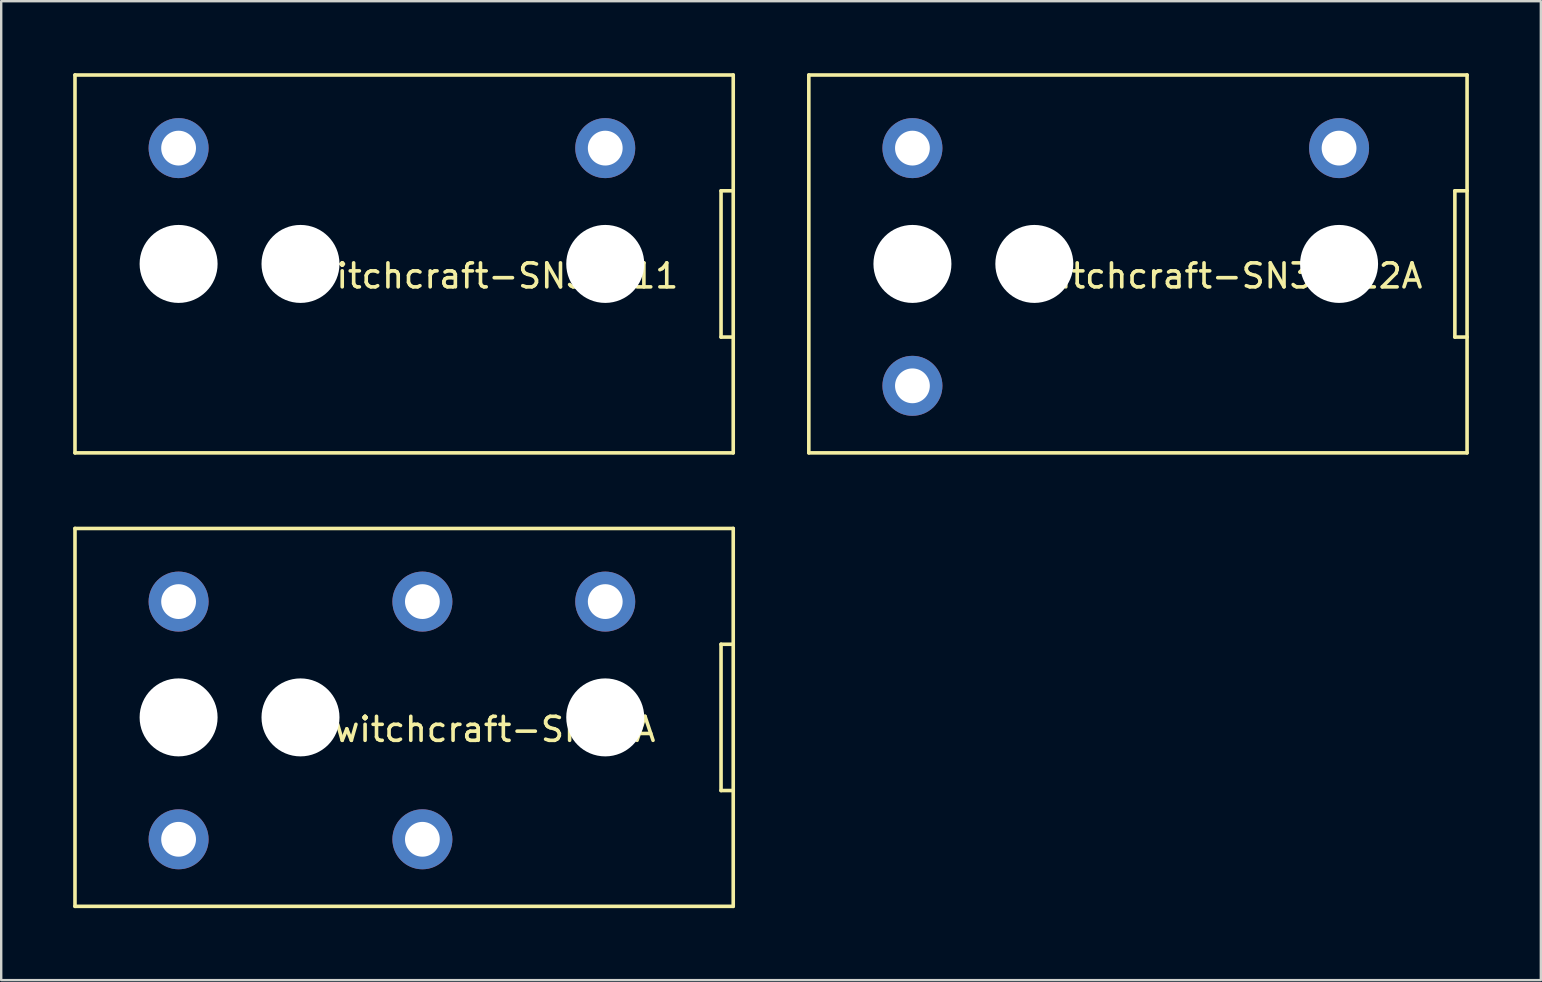
<source format=kicad_pcb>
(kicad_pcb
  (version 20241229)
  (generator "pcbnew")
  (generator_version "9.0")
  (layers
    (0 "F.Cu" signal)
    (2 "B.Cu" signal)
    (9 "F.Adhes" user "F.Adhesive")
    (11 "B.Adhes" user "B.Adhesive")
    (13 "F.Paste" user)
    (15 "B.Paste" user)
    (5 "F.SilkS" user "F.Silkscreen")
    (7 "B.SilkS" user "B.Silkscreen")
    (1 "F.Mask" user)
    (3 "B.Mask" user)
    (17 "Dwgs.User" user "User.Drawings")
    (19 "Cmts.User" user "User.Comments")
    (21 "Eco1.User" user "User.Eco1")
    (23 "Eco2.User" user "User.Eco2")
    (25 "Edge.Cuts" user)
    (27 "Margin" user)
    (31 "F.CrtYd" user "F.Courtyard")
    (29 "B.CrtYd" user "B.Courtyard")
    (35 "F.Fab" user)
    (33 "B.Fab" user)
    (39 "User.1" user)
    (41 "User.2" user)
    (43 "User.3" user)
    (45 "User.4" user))
  (footprint "Switchcraft-SN37A12A"
    (layer "F.Cu")
    (at 52.755 7.949)
    (property "Reference" "Switchcraft-SN37A12A" (at -5.08 0.5 0) (layer "F.SilkS") (effects (font (size 1 1) (thickness 0.15))))
    (attr through_hole)
    (fp_line (start -22.098 -7.874) (end 5.334 -7.874) (stroke (width 0.15) (type solid)) (layer "F.SilkS"))
    (fp_line (start -22.098 7.874) (end -22.098 -7.874) (stroke (width 0.15) (type solid)) (layer "F.SilkS"))
    (fp_line (start -22.098 7.874) (end 5.334 7.874) (stroke (width 0.15) (type solid)) (layer "F.SilkS"))
    (fp_line (start 4.826 -3.048) (end 4.826 3.048) (stroke (width 0.15) (type solid)) (layer "F.SilkS"))
    (fp_line (start 4.826 3.048) (end 5.334 3.048) (stroke (width 0.15) (type solid)) (layer "F.SilkS"))
    (fp_line (start 5.334 -7.874) (end 5.334 7.874) (stroke (width 0.15) (type solid)) (layer "F.SilkS"))
    (fp_line (start 5.334 -3.048) (end 4.826 -3.048) (stroke (width 0.15) (type solid)) (layer "F.SilkS"))
    (pad "" np_thru_hole circle (at -17.78 0) (size 3.25 3.25) (drill 3.25) (layers "*.Cu" "*.Mask"))
    (pad "" np_thru_hole circle (at -12.7 0) (size 3.25 3.25) (drill 3.25) (layers "*.Cu" "*.Mask"))
    (pad "" np_thru_hole circle (at 0 0) (size 3.25 3.25) (drill 3.25) (layers "*.Cu" "*.Mask"))
    (pad "S" thru_hole circle (at 0 -4.826) (size 2.5 2.5) (drill 1.45) (layers "*.Cu" "*.Mask"))
    (pad "T" thru_hole circle (at -17.78 -4.826) (size 2.5 2.5) (drill 1.45) (layers "*.Cu" "*.Mask"))
    (pad "TB" thru_hole circle (at -17.78 5.08) (size 2.5 2.5) (drill 1.45) (layers "*.Cu" "*.Mask")))
  (footprint "Switchcraft-SN37A"
    (layer "F.Cu")
    (at 22.173 26.847)
    (property "Reference" "Switchcraft-SN37A" (at -5.08 0.5 0) (layer "F.SilkS") (effects (font (size 1 1) (thickness 0.15))))
    (attr through_hole)
    (fp_line (start -22.098 -7.874) (end 5.334 -7.874) (stroke (width 0.15) (type solid)) (layer "F.SilkS"))
    (fp_line (start -22.098 7.874) (end -22.098 -7.874) (stroke (width 0.15) (type solid)) (layer "F.SilkS"))
    (fp_line (start -22.098 7.874) (end 5.334 7.874) (stroke (width 0.15) (type solid)) (layer "F.SilkS"))
    (fp_line (start 4.826 -3.048) (end 4.826 3.048) (stroke (width 0.15) (type solid)) (layer "F.SilkS"))
    (fp_line (start 4.826 3.048) (end 5.334 3.048) (stroke (width 0.15) (type solid)) (layer "F.SilkS"))
    (fp_line (start 5.334 -7.874) (end 5.334 7.874) (stroke (width 0.15) (type solid)) (layer "F.SilkS"))
    (fp_line (start 5.334 -3.048) (end 4.826 -3.048) (stroke (width 0.15) (type solid)) (layer "F.SilkS"))
    (pad "" np_thru_hole circle (at -17.78 0) (size 3.25 3.25) (drill 3.25) (layers "*.Cu" "*.Mask"))
    (pad "" np_thru_hole circle (at -12.7 0) (size 3.25 3.25) (drill 3.25) (layers "*.Cu" "*.Mask"))
    (pad "" np_thru_hole circle (at 0 0) (size 3.25 3.25) (drill 3.25) (layers "*.Cu" "*.Mask"))
    (pad "R" thru_hole circle (at -7.62 -4.826) (size 2.5 2.5) (drill 1.45) (layers "*.Cu" "*.Mask"))
    (pad "RB" thru_hole circle (at -7.62 5.08) (size 2.5 2.5) (drill 1.45) (layers "*.Cu" "*.Mask"))
    (pad "S" thru_hole circle (at 0 -4.826) (size 2.5 2.5) (drill 1.45) (layers "*.Cu" "*.Mask"))
    (pad "T" thru_hole circle (at -17.78 -4.826) (size 2.5 2.5) (drill 1.45) (layers "*.Cu" "*.Mask"))
    (pad "TB" thru_hole circle (at -17.78 5.08) (size 2.5 2.5) (drill 1.45) (layers "*.Cu" "*.Mask")))
  (footprint "Switchcraft-SN37A11"
    (layer "F.Cu")
    (at 22.173 7.949)
    (property "Reference" "Switchcraft-SN37A11" (at -5.08 0.5 0) (layer "F.SilkS") (effects (font (size 1 1) (thickness 0.15))))
    (attr through_hole)
    (fp_line (start -22.098 -7.874) (end 5.334 -7.874) (stroke (width 0.15) (type solid)) (layer "F.SilkS"))
    (fp_line (start -22.098 7.874) (end -22.098 -7.874) (stroke (width 0.15) (type solid)) (layer "F.SilkS"))
    (fp_line (start -22.098 7.874) (end 5.334 7.874) (stroke (width 0.15) (type solid)) (layer "F.SilkS"))
    (fp_line (start 4.826 -3.048) (end 4.826 3.048) (stroke (width 0.15) (type solid)) (layer "F.SilkS"))
    (fp_line (start 4.826 3.048) (end 5.334 3.048) (stroke (width 0.15) (type solid)) (layer "F.SilkS"))
    (fp_line (start 5.334 -7.874) (end 5.334 7.874) (stroke (width 0.15) (type solid)) (layer "F.SilkS"))
    (fp_line (start 5.334 -3.048) (end 4.826 -3.048) (stroke (width 0.15) (type solid)) (layer "F.SilkS"))
    (pad "" np_thru_hole circle (at -17.78 0) (size 3.25 3.25) (drill 3.25) (layers "*.Cu" "*.Mask"))
    (pad "" np_thru_hole circle (at -12.7 0) (size 3.25 3.25) (drill 3.25) (layers "*.Cu" "*.Mask"))
    (pad "" np_thru_hole circle (at 0 0) (size 3.25 3.25) (drill 3.25) (layers "*.Cu" "*.Mask"))
    (pad "S" thru_hole circle (at 0 -4.826) (size 2.5 2.5) (drill 1.45) (layers "*.Cu" "*.Mask"))
    (pad "T" thru_hole circle (at -17.78 -4.826) (size 2.5 2.5) (drill 1.45) (layers "*.Cu" "*.Mask")))
  (gr_rect
    (start -3 -3)
    (end 61.164 37.796)
    (stroke (width 0.1) (type default))
    (fill no)
    (layer "Edge.Cuts")))
</source>
